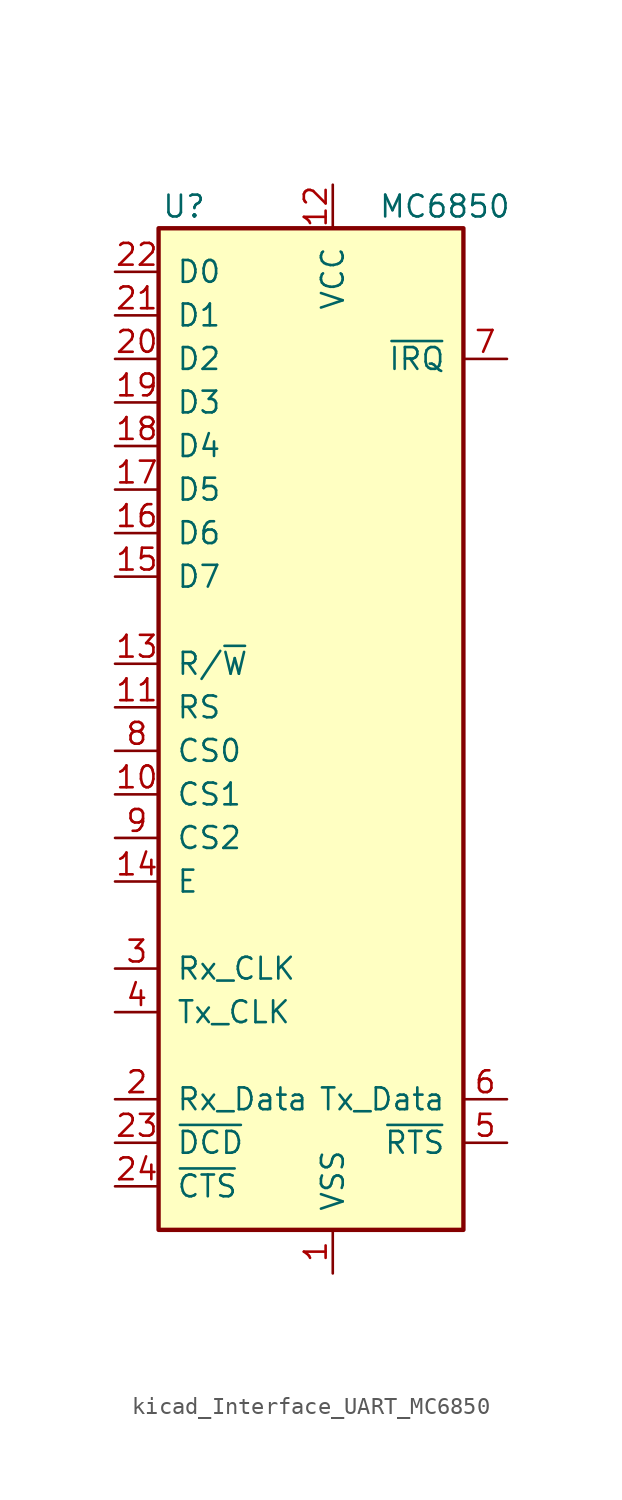
<source format=kicad_sym>
(kicad_symbol_lib
  (version 20220914)
  (generator kicad_symbol_editor)
  (symbol "kicad_Interface_UART_MC6850"
    (pin_names
      (offset 1.016))
    (property "Reference" "U"
      (at -7.366 31.75 0)
      (effects (font (size 1.27 1.27)) (justify right)))
    (property "Value" "MC6850"
      (at 10.414 31.75 0)
      (effects (font (size 1.27 1.27)) (justify right)))
    (symbol "kicad_Interface_UART_MC6850_1_1"
      (rectangle (start -10.16 -27.94) (end 7.62 30.48) (stroke (width 0.254) (type default)) (fill (type background)))
      (pin power_in line (at 0 -30.48 90) (length 2.54) (name "VSS" (effects (font (size 1.27 1.27)))) (number "1" (effects (font (size 1.27 1.27)))))
      (pin input line (at -12.7 -2.54 0) (length 2.54) (name "CS1" (effects (font (size 1.27 1.27)))) (number "10" (effects (font (size 1.27 1.27)))))
      (pin input line (at -12.7 2.54 0) (length 2.54) (name "RS" (effects (font (size 1.27 1.27)))) (number "11" (effects (font (size 1.27 1.27)))))
      (pin power_in line (at 0 33.02 270) (length 2.54) (name "VCC" (effects (font (size 1.27 1.27)))) (number "12" (effects (font (size 1.27 1.27)))))
      (pin input line (at -12.7 5.08 0) (length 2.54) (name "R/~{W}" (effects (font (size 1.27 1.27)))) (number "13" (effects (font (size 1.27 1.27)))))
      (pin input line (at -12.7 -7.62 0) (length 2.54) (name "E" (effects (font (size 1.27 1.27)))) (number "14" (effects (font (size 1.27 1.27)))))
      (pin bidirectional line (at -12.7 10.16 0) (length 2.54) (name "D7" (effects (font (size 1.27 1.27)))) (number "15" (effects (font (size 1.27 1.27)))))
      (pin bidirectional line (at -12.7 12.7 0) (length 2.54) (name "D6" (effects (font (size 1.27 1.27)))) (number "16" (effects (font (size 1.27 1.27)))))
      (pin bidirectional line (at -12.7 15.24 0) (length 2.54) (name "D5" (effects (font (size 1.27 1.27)))) (number "17" (effects (font (size 1.27 1.27)))))
      (pin bidirectional line (at -12.7 17.78 0) (length 2.54) (name "D4" (effects (font (size 1.27 1.27)))) (number "18" (effects (font (size 1.27 1.27)))))
      (pin bidirectional line (at -12.7 20.32 0) (length 2.54) (name "D3" (effects (font (size 1.27 1.27)))) (number "19" (effects (font (size 1.27 1.27)))))
      (pin input line (at -12.7 -20.32 0) (length 2.54) (name "Rx_Data" (effects (font (size 1.27 1.27)))) (number "2" (effects (font (size 1.27 1.27)))))
      (pin bidirectional line (at -12.7 22.86 0) (length 2.54) (name "D2" (effects (font (size 1.27 1.27)))) (number "20" (effects (font (size 1.27 1.27)))))
      (pin bidirectional line (at -12.7 25.4 0) (length 2.54) (name "D1" (effects (font (size 1.27 1.27)))) (number "21" (effects (font (size 1.27 1.27)))))
      (pin bidirectional line (at -12.7 27.94 0) (length 2.54) (name "D0" (effects (font (size 1.27 1.27)))) (number "22" (effects (font (size 1.27 1.27)))))
      (pin input line (at -12.7 -22.86 0) (length 2.54) (name "~{DCD}" (effects (font (size 1.27 1.27)))) (number "23" (effects (font (size 1.27 1.27)))))
      (pin input line (at -12.7 -25.4 0) (length 2.54) (name "~{CTS}" (effects (font (size 1.27 1.27)))) (number "24" (effects (font (size 1.27 1.27)))))
      (pin input line (at -12.7 -12.7 0) (length 2.54) (name "Rx_CLK" (effects (font (size 1.27 1.27)))) (number "3" (effects (font (size 1.27 1.27)))))
      (pin input line (at -12.7 -15.24 0) (length 2.54) (name "Tx_CLK" (effects (font (size 1.27 1.27)))) (number "4" (effects (font (size 1.27 1.27)))))
      (pin output line (at 10.16 -22.86 180) (length 2.54) (name "~{RTS}" (effects (font (size 1.27 1.27)))) (number "5" (effects (font (size 1.27 1.27)))))
      (pin output line (at 10.16 -20.32 180) (length 2.54) (name "Tx_Data" (effects (font (size 1.27 1.27)))) (number "6" (effects (font (size 1.27 1.27)))))
      (pin output line (at 10.16 22.86 180) (length 2.54) (name "~{IRQ}" (effects (font (size 1.27 1.27)))) (number "7" (effects (font (size 1.27 1.27)))))
      (pin input line (at -12.7 0 0) (length 2.54) (name "CS0" (effects (font (size 1.27 1.27)))) (number "8" (effects (font (size 1.27 1.27)))))
      (pin input line (at -12.7 -5.08 0) (length 2.54) (name "CS2" (effects (font (size 1.27 1.27)))) (number "9" (effects (font (size 1.27 1.27))))))))
</source>
